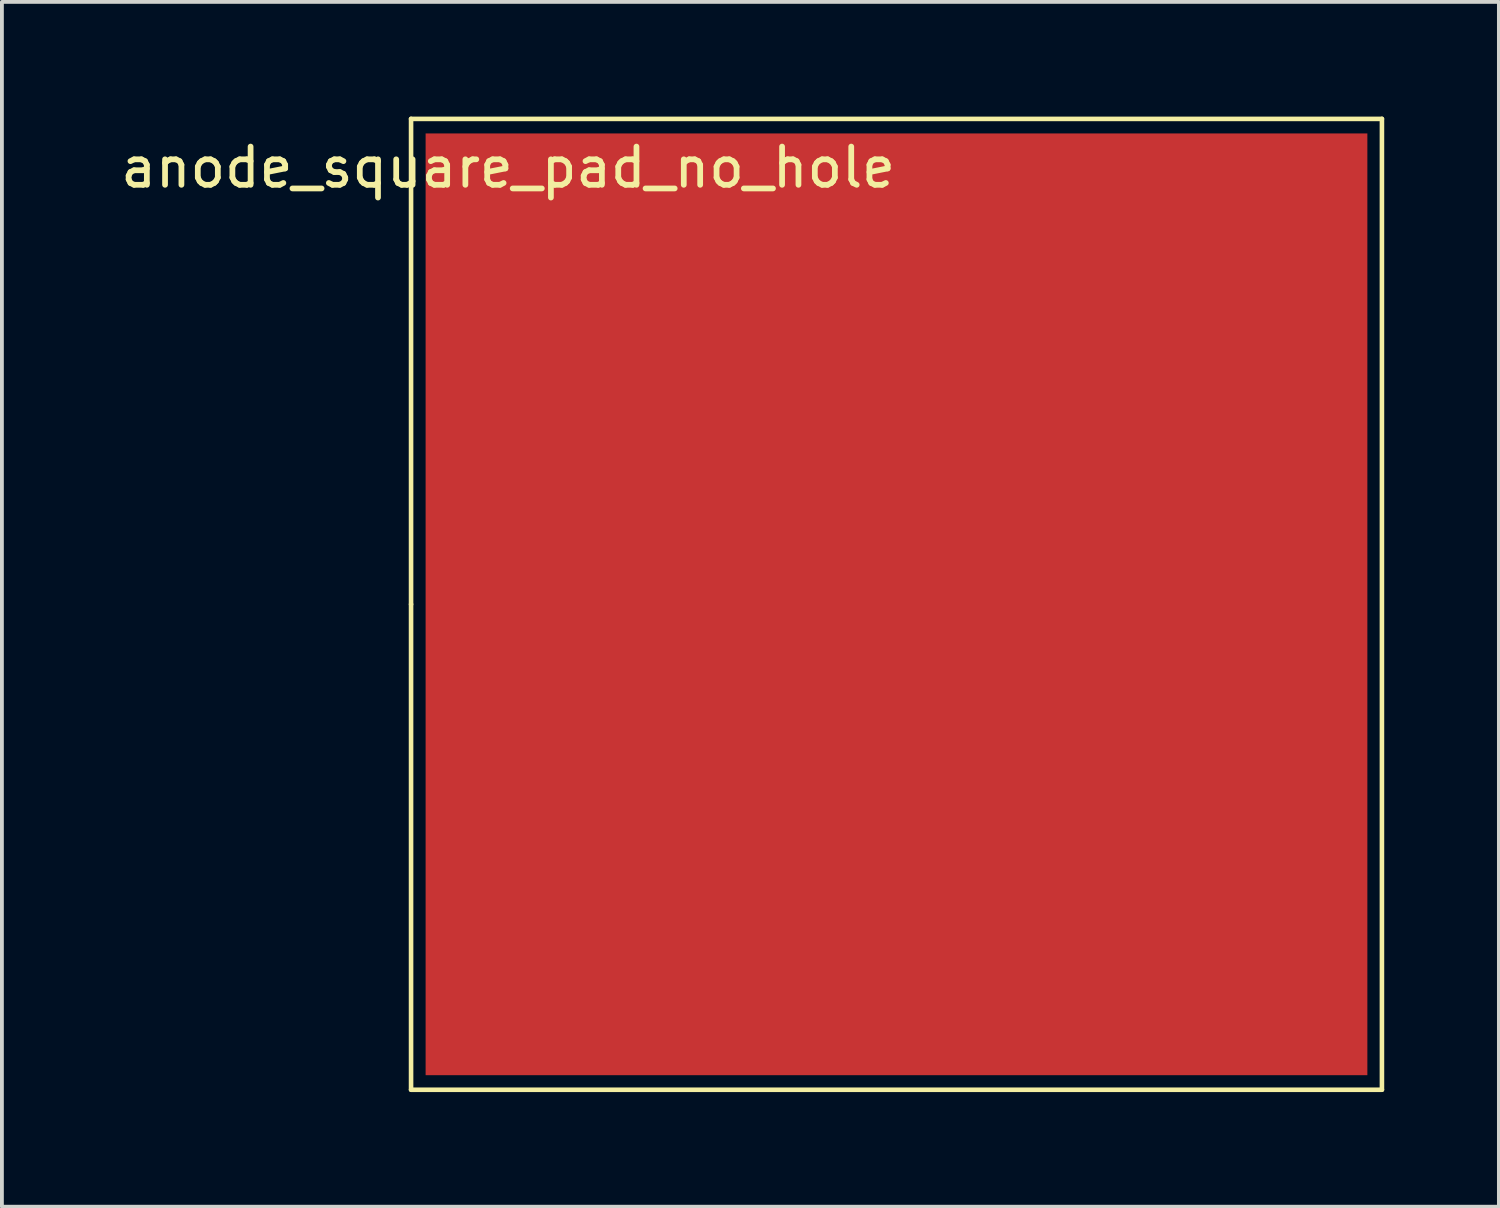
<source format=kicad_pcb>
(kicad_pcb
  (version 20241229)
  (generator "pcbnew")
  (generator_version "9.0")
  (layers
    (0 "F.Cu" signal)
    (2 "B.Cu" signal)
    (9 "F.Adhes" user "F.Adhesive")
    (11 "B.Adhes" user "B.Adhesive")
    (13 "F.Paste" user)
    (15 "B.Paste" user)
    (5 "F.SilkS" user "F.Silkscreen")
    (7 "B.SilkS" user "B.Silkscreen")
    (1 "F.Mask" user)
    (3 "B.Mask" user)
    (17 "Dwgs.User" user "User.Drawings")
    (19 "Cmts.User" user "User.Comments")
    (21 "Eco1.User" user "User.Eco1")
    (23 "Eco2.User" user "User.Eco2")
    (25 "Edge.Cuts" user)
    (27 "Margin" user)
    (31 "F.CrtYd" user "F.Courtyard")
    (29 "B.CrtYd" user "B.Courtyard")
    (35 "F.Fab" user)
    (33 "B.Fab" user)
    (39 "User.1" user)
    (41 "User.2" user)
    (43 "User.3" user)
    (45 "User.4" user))
  (footprint "anode_square_pad_no_hole"
    (layer "F.Cu")
    (at 20.404 12.76)
    (property "Reference" "anode_square_pad_no_hole" (at -10.16 -11.43 0) (layer "F.SilkS") (effects (font (size 1 1) (thickness 0.15))))
    (attr through_hole)
    (fp_line (start -12.7 -12.7) (end 12.7 -12.7) (stroke (width 0.12) (type solid)) (layer "F.SilkS"))
    (fp_line (start -12.7 0) (end -12.7 -12.7) (stroke (width 0.12) (type solid)) (layer "F.SilkS"))
    (fp_line (start -12.7 12.7) (end -12.7 0) (stroke (width 0.12) (type solid)) (layer "F.SilkS"))
    (fp_line (start 12.7 -12.7) (end 12.7 12.7) (stroke (width 0.12) (type solid)) (layer "F.SilkS"))
    (fp_line (start 12.7 12.7) (end -12.7 12.7) (stroke (width 0.12) (type solid)) (layer "F.SilkS"))
    (pad "1" connect rect (at 0 0) (size 24.638 24.638) (layers "F.Cu")))
  (gr_rect
    (start -3 -3)
    (end 36.164 28.52)
    (stroke (width 0.1) (type default))
    (fill no)
    (layer "Edge.Cuts")))
</source>
